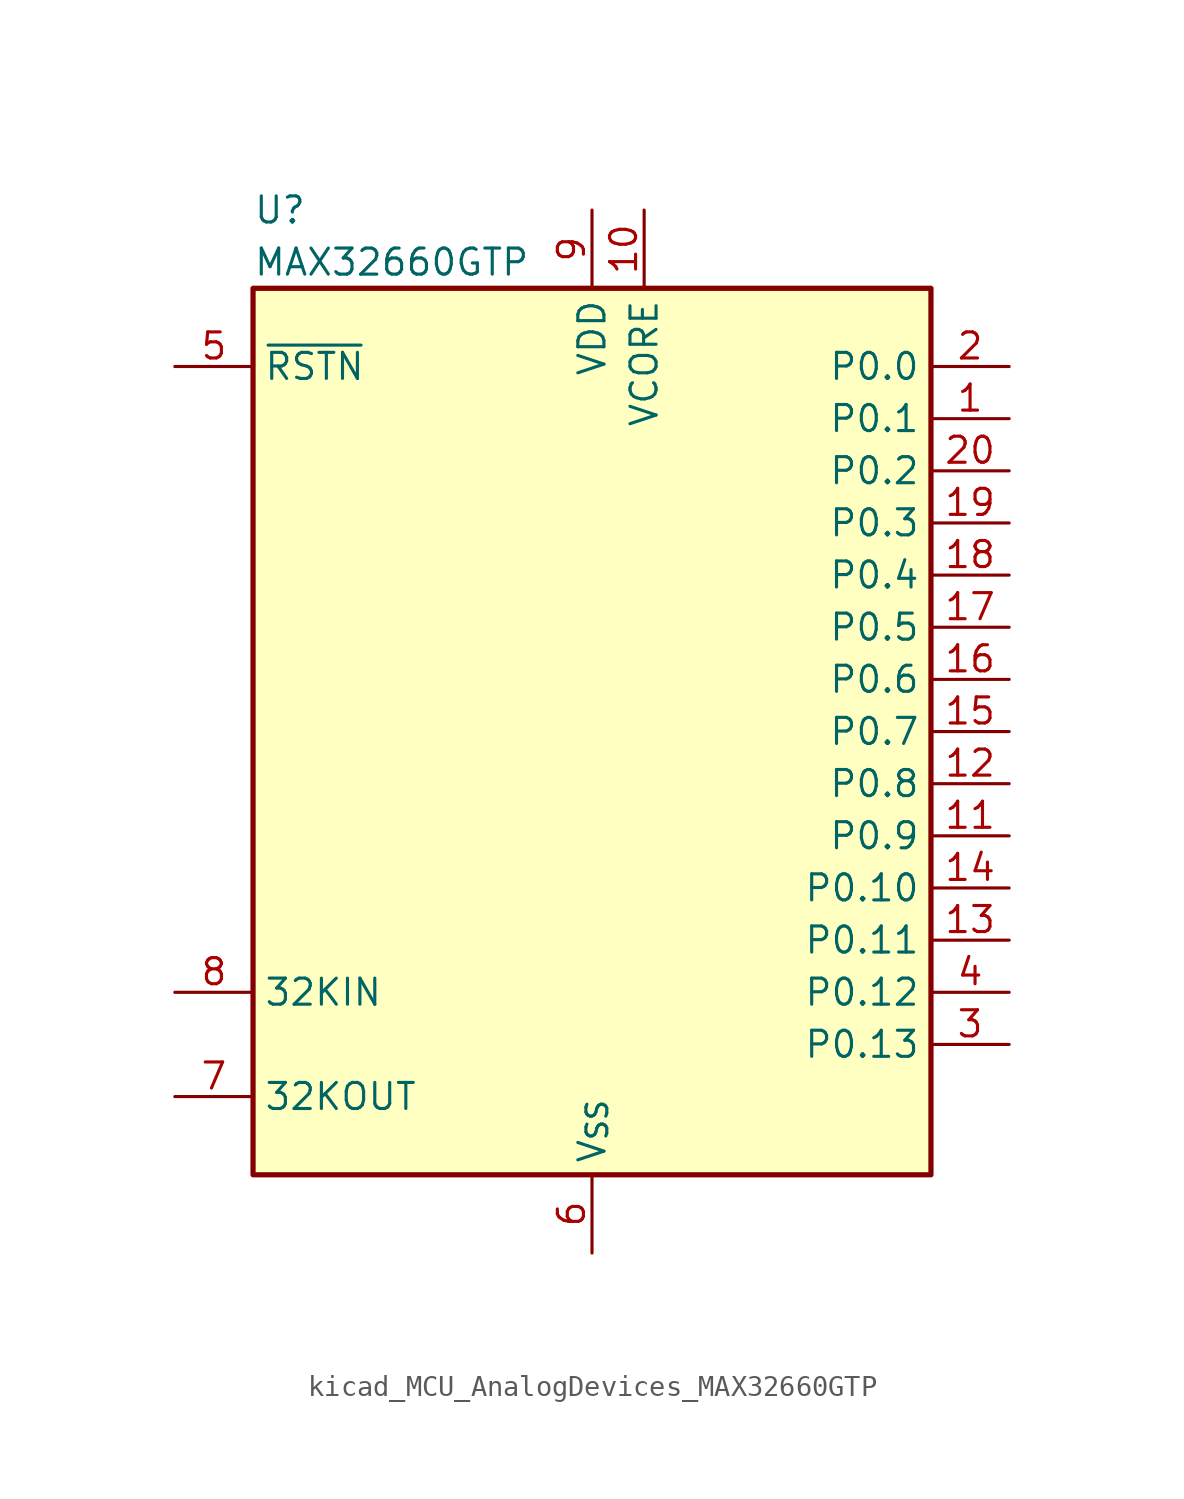
<source format=kicad_sym>
(kicad_symbol_lib
  (version 20220914)
  (generator kicad_symbol_editor)
  (symbol "kicad_MCU_AnalogDevices_MAX32660GTP"
    (property "Reference" "U"
      (at -16.51 25.4 0)
      (effects (font (size 1.27 1.27)) (justify left)))
    (property "Value" "MAX32660GTP"
      (at -16.51 22.86 0)
      (effects (font (size 1.27 1.27)) (justify left)))
    (symbol "kicad_MCU_AnalogDevices_MAX32660GTP_0_1"
      (rectangle (start -16.51 21.59) (end 16.51 -21.59) (stroke (width 0.254) (type default)) (fill (type background))))
    (symbol "kicad_MCU_AnalogDevices_MAX32660GTP_1_1"
      (pin bidirectional line (at 20.32 15.24 180) (length 3.81) (name "P0.1" (effects (font (size 1.27 1.27)))) (number "1" (effects (font (size 1.27 1.27)))))
      (pin passive line (at 2.54 25.4 270) (length 3.81) (name "VCORE" (effects (font (size 1.27 1.27)))) (number "10" (effects (font (size 1.27 1.27)))))
      (pin bidirectional line (at 20.32 -5.08 180) (length 3.81) (name "P0.9" (effects (font (size 1.27 1.27)))) (number "11" (effects (font (size 1.27 1.27)))))
      (pin bidirectional line (at 20.32 -2.54 180) (length 3.81) (name "P0.8" (effects (font (size 1.27 1.27)))) (number "12" (effects (font (size 1.27 1.27)))))
      (pin bidirectional line (at 20.32 -10.16 180) (length 3.81) (name "P0.11" (effects (font (size 1.27 1.27)))) (number "13" (effects (font (size 1.27 1.27)))))
      (pin bidirectional line (at 20.32 -7.62 180) (length 3.81) (name "P0.10" (effects (font (size 1.27 1.27)))) (number "14" (effects (font (size 1.27 1.27)))))
      (pin bidirectional line (at 20.32 0 180) (length 3.81) (name "P0.7" (effects (font (size 1.27 1.27)))) (number "15" (effects (font (size 1.27 1.27)))))
      (pin bidirectional line (at 20.32 2.54 180) (length 3.81) (name "P0.6" (effects (font (size 1.27 1.27)))) (number "16" (effects (font (size 1.27 1.27)))))
      (pin bidirectional line (at 20.32 5.08 180) (length 3.81) (name "P0.5" (effects (font (size 1.27 1.27)))) (number "17" (effects (font (size 1.27 1.27)))))
      (pin bidirectional line (at 20.32 7.62 180) (length 3.81) (name "P0.4" (effects (font (size 1.27 1.27)))) (number "18" (effects (font (size 1.27 1.27)))))
      (pin bidirectional line (at 20.32 10.16 180) (length 3.81) (name "P0.3" (effects (font (size 1.27 1.27)))) (number "19" (effects (font (size 1.27 1.27)))))
      (pin bidirectional line (at 20.32 17.78 180) (length 3.81) (name "P0.0" (effects (font (size 1.27 1.27)))) (number "2" (effects (font (size 1.27 1.27)))))
      (pin bidirectional line (at 20.32 12.7 180) (length 3.81) (name "P0.2" (effects (font (size 1.27 1.27)))) (number "20" (effects (font (size 1.27 1.27)))))
      (pin passive line (at 0 -25.4 90) (length 3.81) hide (name "V_{SS}" (effects (font (size 1.27 1.27)))) (number "21" (effects (font (size 1.27 1.27)))))
      (pin bidirectional line (at 20.32 -15.24 180) (length 3.81) (name "P0.13" (effects (font (size 1.27 1.27)))) (number "3" (effects (font (size 1.27 1.27)))))
      (pin bidirectional line (at 20.32 -12.7 180) (length 3.81) (name "P0.12" (effects (font (size 1.27 1.27)))) (number "4" (effects (font (size 1.27 1.27)))))
      (pin input line (at -20.32 17.78 0) (length 3.81) (name "~{RSTN}" (effects (font (size 1.27 1.27)))) (number "5" (effects (font (size 1.27 1.27)))))
      (pin power_in line (at 0 -25.4 90) (length 3.81) (name "V_{SS}" (effects (font (size 1.27 1.27)))) (number "6" (effects (font (size 1.27 1.27)))))
      (pin output line (at -20.32 -17.78 0) (length 3.81) (name "32KOUT" (effects (font (size 1.27 1.27)))) (number "7" (effects (font (size 1.27 1.27)))))
      (pin input line (at -20.32 -12.7 0) (length 3.81) (name "32KIN" (effects (font (size 1.27 1.27)))) (number "8" (effects (font (size 1.27 1.27)))))
      (pin power_in line (at 0 25.4 270) (length 3.81) (name "VDD" (effects (font (size 1.27 1.27)))) (number "9" (effects (font (size 1.27 1.27))))))))
</source>
